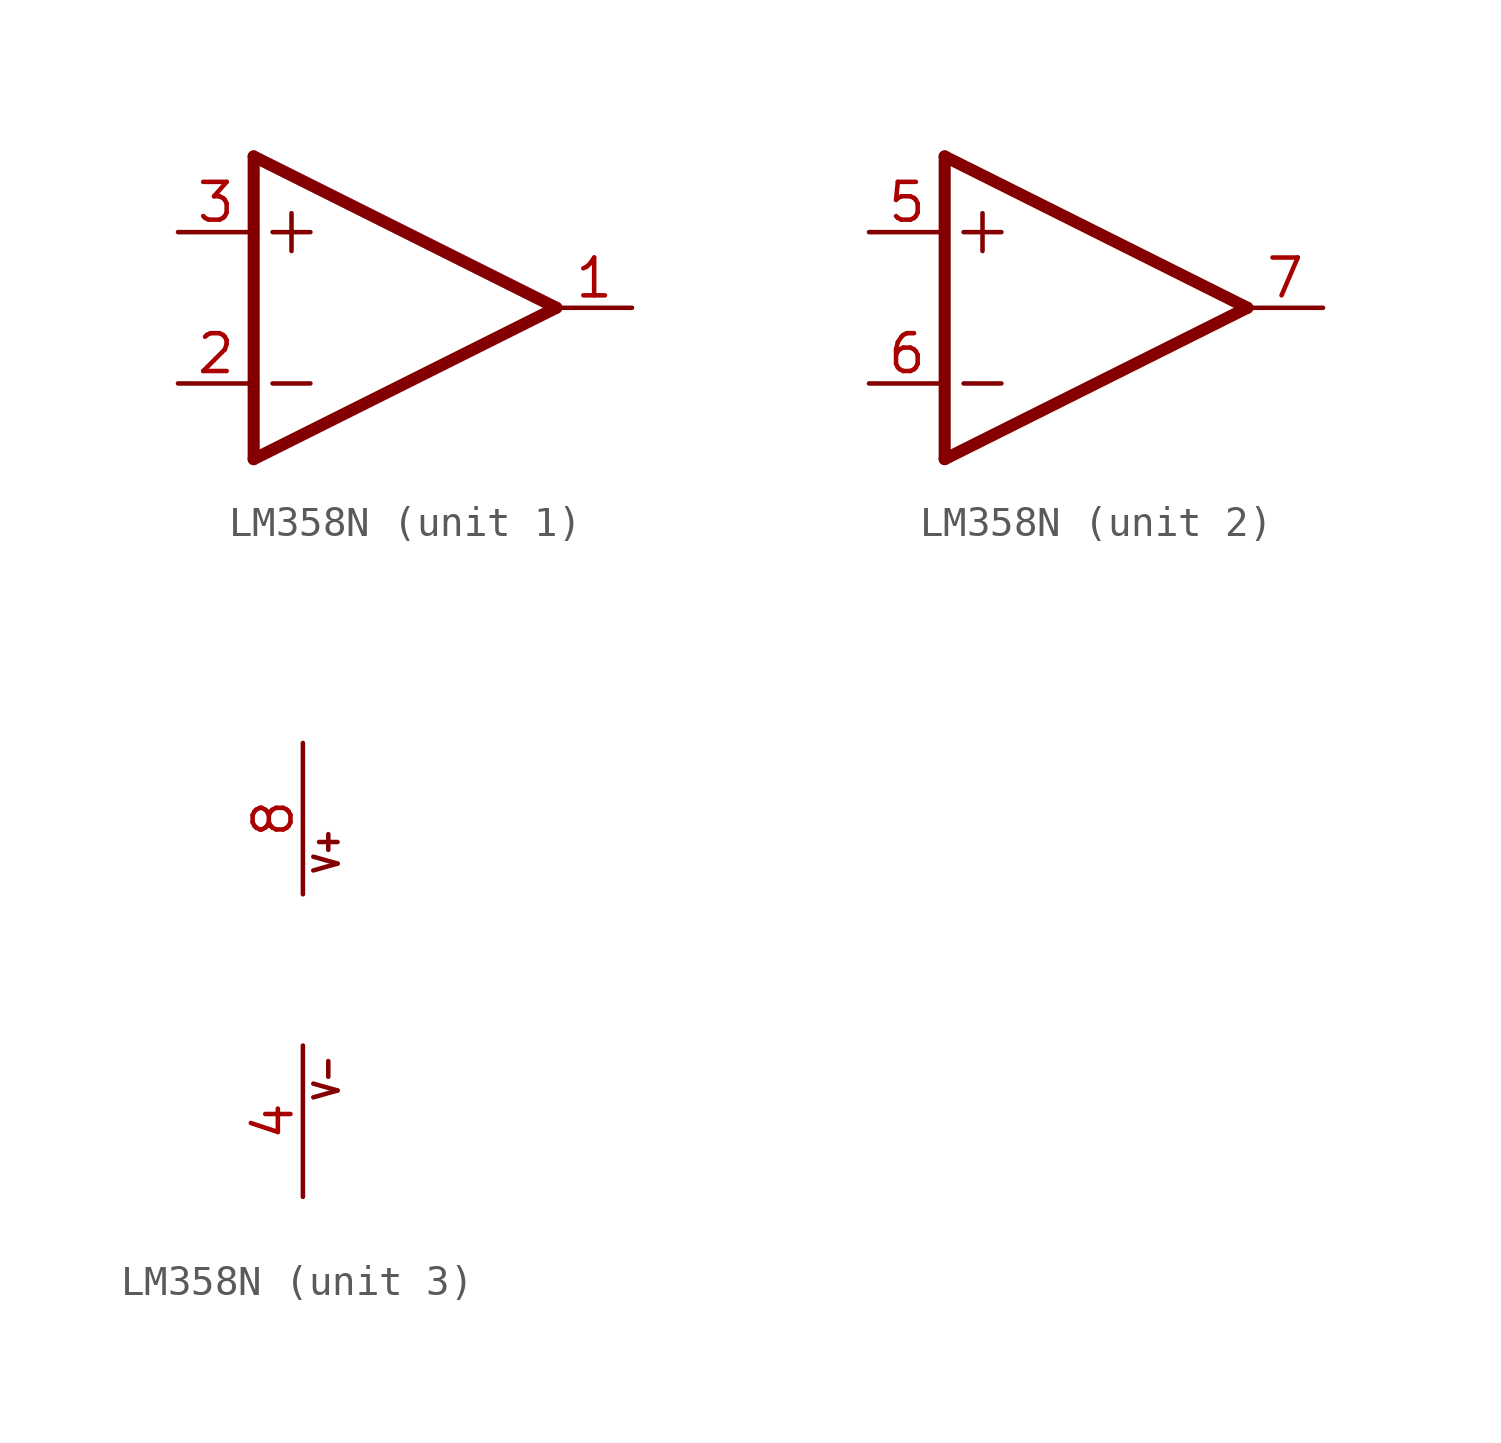
<source format=kicad_sym>
(kicad_symbol_lib
  (version 20211014)
  (generator kicad_symbol_editor)
  (symbol "LM358N"
    (property "Reference" "IC"
      (at 2.54 3.175 0)
      (effects (font (size 1.778 1.511)) (justify left bottom) hide))
    (property "ki_locked" ""
      (at 0 0 0)
      (effects (font (size 1.27 1.27))))
    (symbol "LM358N_1_0"
      (polyline (pts (xy -5.08 -5.08) (xy 5.08 0)) (stroke (width 0.406) (type default) (color 0 0 0 0)) (fill (type none)))
      (polyline (pts (xy -5.08 5.08) (xy -5.08 -5.08)) (stroke (width 0.406) (type default) (color 0 0 0 0)) (fill (type none)))
      (polyline (pts (xy -4.445 -2.54) (xy -3.175 -2.54)) (stroke (width 0.152) (type default) (color 0 0 0 0)) (fill (type none)))
      (polyline (pts (xy -4.445 2.54) (xy -3.175 2.54)) (stroke (width 0.152) (type default) (color 0 0 0 0)) (fill (type none)))
      (polyline (pts (xy -3.81 3.175) (xy -3.81 1.905)) (stroke (width 0.152) (type default) (color 0 0 0 0)) (fill (type none)))
      (polyline (pts (xy 5.08 0) (xy -5.08 5.08)) (stroke (width 0.406) (type default) (color 0 0 0 0)) (fill (type none)))
      (pin output line (at 7.62 0 180) (length 2.54) (name "OUT" (effects (font (size 0 0)))) (number "1" (effects (font (size 1.27 1.27)))))
      (pin input line (at -7.62 -2.54 0) (length 2.54) (name "-IN" (effects (font (size 0 0)))) (number "2" (effects (font (size 1.27 1.27)))))
      (pin input line (at -7.62 2.54 0) (length 2.54) (name "+IN" (effects (font (size 0 0)))) (number "3" (effects (font (size 1.27 1.27))))))
    (symbol "LM358N_2_0"
      (polyline (pts (xy -5.08 -5.08) (xy 5.08 0)) (stroke (width 0.406) (type default) (color 0 0 0 0)) (fill (type none)))
      (polyline (pts (xy -5.08 5.08) (xy -5.08 -5.08)) (stroke (width 0.406) (type default) (color 0 0 0 0)) (fill (type none)))
      (polyline (pts (xy -4.445 -2.54) (xy -3.175 -2.54)) (stroke (width 0.152) (type default) (color 0 0 0 0)) (fill (type none)))
      (polyline (pts (xy -4.445 2.54) (xy -3.175 2.54)) (stroke (width 0.152) (type default) (color 0 0 0 0)) (fill (type none)))
      (polyline (pts (xy -3.81 3.175) (xy -3.81 1.905)) (stroke (width 0.152) (type default) (color 0 0 0 0)) (fill (type none)))
      (polyline (pts (xy 5.08 0) (xy -5.08 5.08)) (stroke (width 0.406) (type default) (color 0 0 0 0)) (fill (type none)))
      (pin input line (at -7.62 2.54 0) (length 2.54) (name "+IN" (effects (font (size 0 0)))) (number "5" (effects (font (size 1.27 1.27)))))
      (pin input line (at -7.62 -2.54 0) (length 2.54) (name "-IN" (effects (font (size 0 0)))) (number "6" (effects (font (size 1.27 1.27)))))
      (pin output line (at 7.62 0 180) (length 2.54) (name "OUT" (effects (font (size 0 0)))) (number "7" (effects (font (size 1.27 1.27))))))
    (symbol "LM358N_3_0"
      (text "V+" (at 1.27 3.175 900) (effects (font (size 0.813 0.691)) (justify left bottom)))
      (text "V-" (at 1.27 -4.445 900) (effects (font (size 0.813 0.691)) (justify left bottom)))
      (pin power_in line (at 0 -7.62 90) (length 5.08) (name "V-" (effects (font (size 0 0)))) (number "4" (effects (font (size 1.27 1.27)))))
      (pin power_in line (at 0 7.62 270) (length 5.08) (name "V+" (effects (font (size 0 0)))) (number "8" (effects (font (size 1.27 1.27))))))))
</source>
